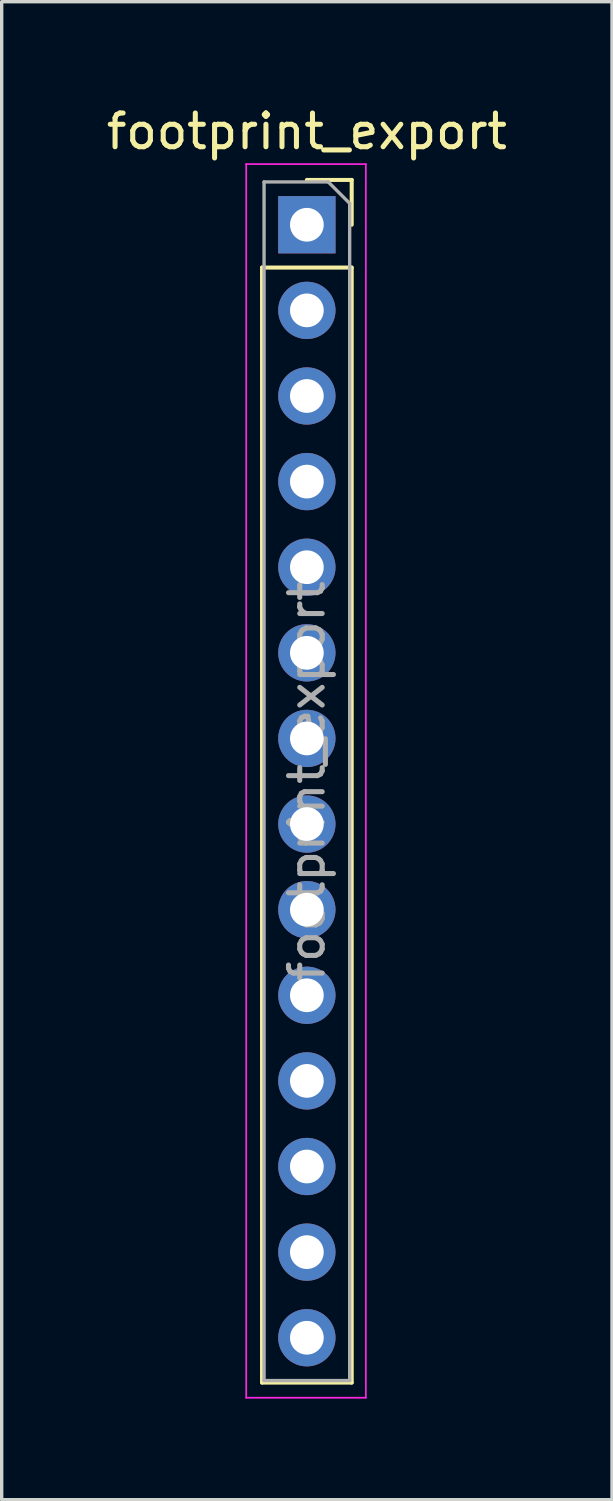
<source format=kicad_pcb>
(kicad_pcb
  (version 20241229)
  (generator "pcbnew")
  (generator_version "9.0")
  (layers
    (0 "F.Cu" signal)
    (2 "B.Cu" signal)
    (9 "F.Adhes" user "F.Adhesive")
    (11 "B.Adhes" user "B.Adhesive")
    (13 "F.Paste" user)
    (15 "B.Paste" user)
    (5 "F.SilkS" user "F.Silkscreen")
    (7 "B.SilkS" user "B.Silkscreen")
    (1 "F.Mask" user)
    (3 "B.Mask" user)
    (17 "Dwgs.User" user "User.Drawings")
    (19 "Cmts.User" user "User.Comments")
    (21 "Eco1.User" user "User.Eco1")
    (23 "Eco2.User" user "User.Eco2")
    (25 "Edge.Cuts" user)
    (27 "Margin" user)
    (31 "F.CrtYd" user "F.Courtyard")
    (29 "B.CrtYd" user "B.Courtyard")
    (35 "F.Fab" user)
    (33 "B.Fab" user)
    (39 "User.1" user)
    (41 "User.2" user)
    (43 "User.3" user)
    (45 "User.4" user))
  (footprint "footprint_export"
    (layer "F.Cu")
    (at 6.054 3.618)
    (property "Reference" "footprint_export" (at 0 -2.77 0) (layer "F.SilkS") (effects (font (size 1 1) (thickness 0.15))))
    (attr through_hole)
    (fp_line (start -1.33 1.27) (end -1.33 34.35) (stroke (width 0.12) (type solid)) (layer "F.SilkS"))
    (fp_line (start -1.33 1.27) (end 1.33 1.27) (stroke (width 0.12) (type solid)) (layer "F.SilkS"))
    (fp_line (start -1.33 34.35) (end 1.33 34.35) (stroke (width 0.12) (type solid)) (layer "F.SilkS"))
    (fp_line (start 0 -1.33) (end 1.33 -1.33) (stroke (width 0.12) (type solid)) (layer "F.SilkS"))
    (fp_line (start 1.33 -1.33) (end 1.33 0) (stroke (width 0.12) (type solid)) (layer "F.SilkS"))
    (fp_line (start 1.33 1.27) (end 1.33 34.35) (stroke (width 0.12) (type solid)) (layer "F.SilkS"))
    (fp_line (start -1.8 -1.8) (end 1.75 -1.8) (stroke (width 0.05) (type solid)) (layer "F.CrtYd"))
    (fp_line (start -1.8 34.8) (end -1.8 -1.8) (stroke (width 0.05) (type solid)) (layer "F.CrtYd"))
    (fp_line (start 1.75 -1.8) (end 1.75 34.8) (stroke (width 0.05) (type solid)) (layer "F.CrtYd"))
    (fp_line (start 1.75 34.8) (end -1.8 34.8) (stroke (width 0.05) (type solid)) (layer "F.CrtYd"))
    (fp_line (start -1.27 -1.27) (end 0.635 -1.27) (stroke (width 0.1) (type solid)) (layer "F.Fab"))
    (fp_line (start -1.27 34.29) (end -1.27 -1.27) (stroke (width 0.1) (type solid)) (layer "F.Fab"))
    (fp_line (start 0.635 -1.27) (end 1.27 -0.635) (stroke (width 0.1) (type solid)) (layer "F.Fab"))
    (fp_line (start 1.27 -0.635) (end 1.27 34.29) (stroke (width 0.1) (type solid)) (layer "F.Fab"))
    (fp_line (start 1.27 34.29) (end -1.27 34.29) (stroke (width 0.1) (type solid)) (layer "F.Fab"))
    (fp_text user "${REFERENCE}" (at 0 16.51 90) (layer "F.Fab") (effects (font (size 1 1) (thickness 0.15))))
    (pad "1" thru_hole rect (at 0 0) (size 1.7 1.7) (drill 1) (layers "*.Cu" "*.Mask"))
    (pad "2" thru_hole oval (at 0 2.54) (size 1.7 1.7) (drill 1) (layers "*.Cu" "*.Mask"))
    (pad "3" thru_hole oval (at 0 5.08) (size 1.7 1.7) (drill 1) (layers "*.Cu" "*.Mask"))
    (pad "4" thru_hole oval (at 0 7.62) (size 1.7 1.7) (drill 1) (layers "*.Cu" "*.Mask"))
    (pad "5" thru_hole oval (at 0 10.16) (size 1.7 1.7) (drill 1) (layers "*.Cu" "*.Mask"))
    (pad "6" thru_hole oval (at 0 12.7) (size 1.7 1.7) (drill 1) (layers "*.Cu" "*.Mask"))
    (pad "7" thru_hole oval (at 0 15.24) (size 1.7 1.7) (drill 1) (layers "*.Cu" "*.Mask"))
    (pad "8" thru_hole oval (at 0 17.78) (size 1.7 1.7) (drill 1) (layers "*.Cu" "*.Mask"))
    (pad "9" thru_hole oval (at 0 20.32) (size 1.7 1.7) (drill 1) (layers "*.Cu" "*.Mask"))
    (pad "10" thru_hole oval (at 0 22.86) (size 1.7 1.7) (drill 1) (layers "*.Cu" "*.Mask"))
    (pad "11" thru_hole oval (at 0 25.4) (size 1.7 1.7) (drill 1) (layers "*.Cu" "*.Mask"))
    (pad "12" thru_hole oval (at 0 27.94) (size 1.7 1.7) (drill 1) (layers "*.Cu" "*.Mask"))
    (pad "13" thru_hole oval (at 0 30.48) (size 1.7 1.7) (drill 1) (layers "*.Cu" "*.Mask"))
    (pad "14" thru_hole oval (at 0 33.02) (size 1.7 1.7) (drill 1) (layers "*.Cu" "*.Mask")))
  (gr_rect
    (start -3 -3)
    (end 15.107 41.443)
    (stroke (width 0.1) (type default))
    (fill no)
    (layer "Edge.Cuts")))
</source>
